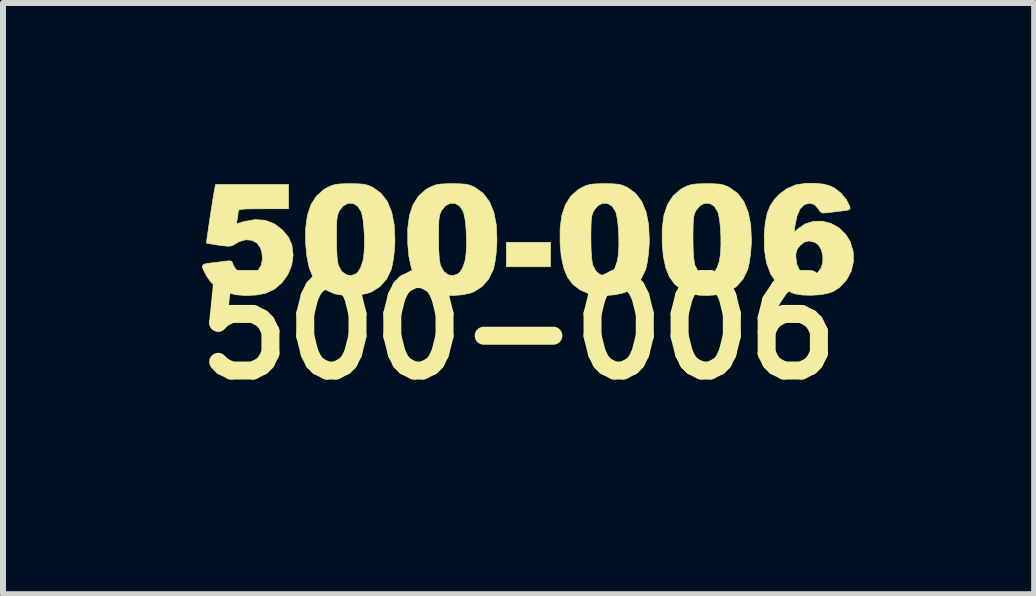
<source format=kicad_pcb>
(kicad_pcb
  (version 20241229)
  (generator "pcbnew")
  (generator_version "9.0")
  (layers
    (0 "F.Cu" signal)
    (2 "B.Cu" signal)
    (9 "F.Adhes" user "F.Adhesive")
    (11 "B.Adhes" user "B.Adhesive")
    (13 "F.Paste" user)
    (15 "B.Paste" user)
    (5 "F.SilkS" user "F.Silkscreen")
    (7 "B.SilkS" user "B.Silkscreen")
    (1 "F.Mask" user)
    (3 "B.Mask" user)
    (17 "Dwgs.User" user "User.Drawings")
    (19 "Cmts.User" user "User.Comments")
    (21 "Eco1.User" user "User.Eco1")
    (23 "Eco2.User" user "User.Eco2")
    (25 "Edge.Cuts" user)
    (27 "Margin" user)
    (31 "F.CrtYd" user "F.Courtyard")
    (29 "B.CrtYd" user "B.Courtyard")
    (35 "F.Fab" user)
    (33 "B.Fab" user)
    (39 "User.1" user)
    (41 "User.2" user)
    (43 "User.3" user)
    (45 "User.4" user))
  (footprint "500-006"
    (layer "F.Cu")
    (at 5.595 2.438)
    (property "Reference" "500-006" (at 0 0 0) (layer "F.SilkS") (effects (font (size 1.524 1.524) (thickness 0.3))))
    (attr through_hole)
    (fp_poly (pts (xy 0.533 -1.041) (xy -0.203 -1.041) (xy -0.203 -1.448) (xy 0.533 -1.448) (xy 0.533 -1.041)) (stroke (width 0.01) (type solid)) (fill yes) (layer "F.SilkS"))
    (fp_poly (pts (xy -2.683 -2.424) (xy -2.594 -2.418) (xy -2.526 -2.404) (xy -2.463 -2.38) (xy -2.425 -2.361) (xy -2.292 -2.265) (xy -2.188 -2.129) (xy -2.115 -1.953) (xy -2.073 -1.739) (xy -2.061 -1.488) (xy -2.064 -1.399) (xy -2.076 -1.257) (xy -2.094 -1.124) (xy -2.117 -1.017) (xy -2.124 -0.992) (xy -2.199 -0.837) (xy -2.309 -0.712) (xy -2.446 -0.624) (xy -2.513 -0.6) (xy -2.642 -0.573) (xy -2.789 -0.562) (xy -2.934 -0.567) (xy -3.054 -0.587) (xy -3.074 -0.593) (xy -3.221 -0.658) (xy -3.337 -0.748) (xy -3.426 -0.868) (xy -3.489 -1.022) (xy -3.529 -1.215) (xy -3.549 -1.425) (xy -3.549 -1.524) (xy -3.035 -1.524) (xy -3.032 -1.333) (xy -3.024 -1.186) (xy -3.009 -1.087) (xy -3.002 -1.061) (xy -2.949 -0.964) (xy -2.878 -0.907) (xy -2.797 -0.891) (xy -2.715 -0.92) (xy -2.681 -0.949) (xy -2.635 -1.02) (xy -2.598 -1.126) (xy -2.59 -1.158) (xy -2.576 -1.267) (xy -2.569 -1.403) (xy -2.57 -1.552) (xy -2.579 -1.698) (xy -2.593 -1.829) (xy -2.613 -1.93) (xy -2.624 -1.962) (xy -2.683 -2.052) (xy -2.759 -2.097) (xy -2.842 -2.099) (xy -2.922 -2.056) (xy -2.983 -1.981) (xy -3.004 -1.94) (xy -3.018 -1.895) (xy -3.028 -1.834) (xy -3.033 -1.749) (xy -3.035 -1.629) (xy -3.035 -1.524) (xy -3.549 -1.524) (xy -3.549 -1.681) (xy -3.52 -1.898) (xy -3.46 -2.076) (xy -3.37 -2.218) (xy -3.248 -2.326) (xy -3.188 -2.361) (xy -3.122 -2.392) (xy -3.06 -2.411) (xy -2.985 -2.421) (xy -2.883 -2.425) (xy -2.807 -2.426) (xy -2.683 -2.424)) (stroke (width 0.01) (type solid)) (fill yes) (layer "F.SilkS"))
    (fp_poly (pts (xy -0.981 -2.424) (xy -0.892 -2.418) (xy -0.824 -2.404) (xy -0.761 -2.38) (xy -0.723 -2.361) (xy -0.59 -2.265) (xy -0.487 -2.129) (xy -0.413 -1.953) (xy -0.371 -1.739) (xy -0.36 -1.488) (xy -0.363 -1.399) (xy -0.374 -1.257) (xy -0.392 -1.124) (xy -0.415 -1.017) (xy -0.422 -0.992) (xy -0.498 -0.837) (xy -0.607 -0.712) (xy -0.744 -0.624) (xy -0.811 -0.6) (xy -0.94 -0.573) (xy -1.088 -0.562) (xy -1.232 -0.567) (xy -1.353 -0.587) (xy -1.372 -0.593) (xy -1.519 -0.658) (xy -1.635 -0.748) (xy -1.724 -0.868) (xy -1.787 -1.022) (xy -1.828 -1.215) (xy -1.847 -1.425) (xy -1.847 -1.524) (xy -1.333 -1.524) (xy -1.331 -1.333) (xy -1.322 -1.186) (xy -1.307 -1.087) (xy -1.3 -1.061) (xy -1.247 -0.964) (xy -1.176 -0.907) (xy -1.095 -0.891) (xy -1.014 -0.92) (xy -0.979 -0.949) (xy -0.933 -1.02) (xy -0.896 -1.126) (xy -0.888 -1.158) (xy -0.874 -1.267) (xy -0.867 -1.403) (xy -0.869 -1.552) (xy -0.877 -1.698) (xy -0.891 -1.829) (xy -0.912 -1.93) (xy -0.922 -1.962) (xy -0.981 -2.052) (xy -1.057 -2.097) (xy -1.14 -2.099) (xy -1.22 -2.056) (xy -1.281 -1.981) (xy -1.302 -1.94) (xy -1.317 -1.895) (xy -1.326 -1.834) (xy -1.331 -1.749) (xy -1.333 -1.629) (xy -1.333 -1.524) (xy -1.847 -1.524) (xy -1.847 -1.681) (xy -1.818 -1.898) (xy -1.758 -2.076) (xy -1.668 -2.218) (xy -1.547 -2.326) (xy -1.486 -2.361) (xy -1.42 -2.392) (xy -1.358 -2.411) (xy -1.283 -2.421) (xy -1.182 -2.425) (xy -1.105 -2.426) (xy -0.981 -2.424)) (stroke (width 0.01) (type solid)) (fill yes) (layer "F.SilkS"))
    (fp_poly (pts (xy 1.559 -2.424) (xy 1.648 -2.418) (xy 1.716 -2.404) (xy 1.779 -2.38) (xy 1.817 -2.361) (xy 1.95 -2.265) (xy 2.053 -2.129) (xy 2.127 -1.953) (xy 2.169 -1.739) (xy 2.18 -1.488) (xy 2.177 -1.399) (xy 2.166 -1.257) (xy 2.148 -1.124) (xy 2.125 -1.017) (xy 2.118 -0.992) (xy 2.042 -0.837) (xy 1.933 -0.712) (xy 1.796 -0.624) (xy 1.729 -0.6) (xy 1.6 -0.573) (xy 1.452 -0.562) (xy 1.308 -0.567) (xy 1.187 -0.587) (xy 1.168 -0.593) (xy 1.021 -0.658) (xy 0.905 -0.748) (xy 0.816 -0.868) (xy 0.753 -1.022) (xy 0.712 -1.215) (xy 0.693 -1.425) (xy 0.693 -1.524) (xy 1.206 -1.524) (xy 1.209 -1.333) (xy 1.218 -1.186) (xy 1.233 -1.087) (xy 1.24 -1.061) (xy 1.293 -0.964) (xy 1.364 -0.907) (xy 1.445 -0.891) (xy 1.526 -0.92) (xy 1.561 -0.949) (xy 1.607 -1.02) (xy 1.644 -1.126) (xy 1.652 -1.158) (xy 1.666 -1.267) (xy 1.673 -1.403) (xy 1.671 -1.552) (xy 1.663 -1.698) (xy 1.649 -1.829) (xy 1.628 -1.93) (xy 1.618 -1.962) (xy 1.559 -2.052) (xy 1.483 -2.097) (xy 1.4 -2.099) (xy 1.32 -2.056) (xy 1.259 -1.981) (xy 1.238 -1.94) (xy 1.223 -1.895) (xy 1.214 -1.834) (xy 1.209 -1.749) (xy 1.207 -1.629) (xy 1.206 -1.524) (xy 0.693 -1.524) (xy 0.693 -1.681) (xy 0.722 -1.898) (xy 0.782 -2.076) (xy 0.872 -2.218) (xy 0.993 -2.326) (xy 1.054 -2.361) (xy 1.12 -2.392) (xy 1.182 -2.411) (xy 1.257 -2.421) (xy 1.358 -2.425) (xy 1.435 -2.426) (xy 1.559 -2.424)) (stroke (width 0.01) (type solid)) (fill yes) (layer "F.SilkS"))
    (fp_poly (pts (xy 3.261 -2.424) (xy 3.35 -2.418) (xy 3.418 -2.404) (xy 3.48 -2.38) (xy 3.518 -2.361) (xy 3.652 -2.265) (xy 3.755 -2.129) (xy 3.828 -1.953) (xy 3.871 -1.739) (xy 3.882 -1.488) (xy 3.879 -1.399) (xy 3.868 -1.257) (xy 3.849 -1.124) (xy 3.827 -1.017) (xy 3.819 -0.992) (xy 3.744 -0.837) (xy 3.634 -0.712) (xy 3.498 -0.624) (xy 3.431 -0.6) (xy 3.301 -0.573) (xy 3.154 -0.562) (xy 3.01 -0.567) (xy 2.889 -0.587) (xy 2.87 -0.593) (xy 2.723 -0.658) (xy 2.606 -0.748) (xy 2.518 -0.868) (xy 2.455 -1.022) (xy 2.414 -1.215) (xy 2.395 -1.425) (xy 2.395 -1.524) (xy 2.908 -1.524) (xy 2.911 -1.333) (xy 2.92 -1.186) (xy 2.935 -1.087) (xy 2.942 -1.061) (xy 2.995 -0.964) (xy 3.066 -0.907) (xy 3.147 -0.891) (xy 3.228 -0.92) (xy 3.262 -0.949) (xy 3.309 -1.02) (xy 3.346 -1.126) (xy 3.353 -1.158) (xy 3.368 -1.267) (xy 3.374 -1.403) (xy 3.373 -1.552) (xy 3.365 -1.698) (xy 3.351 -1.829) (xy 3.33 -1.93) (xy 3.319 -1.962) (xy 3.261 -2.052) (xy 3.185 -2.097) (xy 3.102 -2.099) (xy 3.021 -2.056) (xy 2.96 -1.981) (xy 2.94 -1.94) (xy 2.925 -1.895) (xy 2.916 -1.834) (xy 2.911 -1.749) (xy 2.909 -1.629) (xy 2.908 -1.524) (xy 2.395 -1.524) (xy 2.395 -1.681) (xy 2.424 -1.898) (xy 2.483 -2.076) (xy 2.574 -2.218) (xy 2.695 -2.326) (xy 2.755 -2.361) (xy 2.821 -2.392) (xy 2.884 -2.411) (xy 2.959 -2.421) (xy 3.06 -2.425) (xy 3.137 -2.426) (xy 3.261 -2.424)) (stroke (width 0.01) (type solid)) (fill yes) (layer "F.SilkS"))
    (fp_poly (pts (xy 4.958 -2.431) (xy 5.085 -2.418) (xy 5.181 -2.393) (xy 5.266 -2.354) (xy 5.271 -2.35) (xy 5.377 -2.267) (xy 5.466 -2.159) (xy 5.522 -2.045) (xy 5.523 -2.041) (xy 5.527 -2.01) (xy 5.511 -1.992) (xy 5.463 -1.98) (xy 5.392 -1.971) (xy 5.289 -1.959) (xy 5.188 -1.946) (xy 5.144 -1.941) (xy 5.075 -1.936) (xy 5.036 -1.952) (xy 5.003 -1.997) (xy 4.999 -2.004) (xy 4.937 -2.075) (xy 4.859 -2.101) (xy 4.774 -2.079) (xy 4.76 -2.071) (xy 4.692 -2.001) (xy 4.643 -1.89) (xy 4.611 -1.74) (xy 4.593 -1.613) (xy 4.653 -1.669) (xy 4.779 -1.755) (xy 4.919 -1.798) (xy 5.066 -1.8) (xy 5.21 -1.763) (xy 5.342 -1.69) (xy 5.454 -1.581) (xy 5.528 -1.462) (xy 5.579 -1.296) (xy 5.584 -1.128) (xy 5.546 -0.966) (xy 5.468 -0.82) (xy 5.353 -0.697) (xy 5.249 -0.63) (xy 5.15 -0.596) (xy 5.019 -0.574) (xy 4.873 -0.565) (xy 4.729 -0.57) (xy 4.605 -0.59) (xy 4.593 -0.593) (xy 4.433 -0.663) (xy 4.302 -0.772) (xy 4.203 -0.921) (xy 4.135 -1.106) (xy 4.118 -1.207) (xy 4.623 -1.207) (xy 4.639 -1.083) (xy 4.684 -0.985) (xy 4.75 -0.919) (xy 4.831 -0.89) (xy 4.918 -0.902) (xy 4.992 -0.947) (xy 5.046 -1.021) (xy 5.072 -1.119) (xy 5.073 -1.224) (xy 5.048 -1.324) (xy 5.001 -1.404) (xy 4.94 -1.448) (xy 4.845 -1.471) (xy 4.768 -1.454) (xy 4.697 -1.399) (xy 4.648 -1.338) (xy 4.626 -1.272) (xy 4.623 -1.207) (xy 4.118 -1.207) (xy 4.099 -1.327) (xy 4.096 -1.575) (xy 4.113 -1.773) (xy 4.146 -1.931) (xy 4.197 -2.06) (xy 4.272 -2.17) (xy 4.342 -2.244) (xy 4.475 -2.344) (xy 4.623 -2.406) (xy 4.796 -2.433) (xy 4.958 -2.431)) (stroke (width 0.01) (type solid)) (fill yes) (layer "F.SilkS"))
    (fp_poly (pts (xy -3.835 -2.007) (xy -4.255 -2.007) (xy -4.409 -2.006) (xy -4.521 -2.005) (xy -4.595 -2.001) (xy -4.641 -1.995) (xy -4.664 -1.984) (xy -4.673 -1.97) (xy -4.674 -1.959) (xy -4.679 -1.899) (xy -4.689 -1.834) (xy -4.705 -1.756) (xy -4.584 -1.792) (xy -4.395 -1.827) (xy -4.224 -1.815) (xy -4.067 -1.754) (xy -3.933 -1.651) (xy -3.835 -1.533) (xy -3.779 -1.404) (xy -3.76 -1.25) (xy -3.759 -1.23) (xy -3.782 -1.066) (xy -3.846 -0.911) (xy -3.944 -0.775) (xy -4.069 -0.668) (xy -4.214 -0.6) (xy -4.215 -0.599) (xy -4.367 -0.57) (xy -4.538 -0.561) (xy -4.704 -0.573) (xy -4.839 -0.605) (xy -4.997 -0.676) (xy -5.115 -0.768) (xy -5.192 -0.872) (xy -5.245 -0.969) (xy -5.27 -1.032) (xy -5.264 -1.069) (xy -5.225 -1.089) (xy -5.152 -1.101) (xy -5.138 -1.103) (xy -5.034 -1.115) (xy -4.93 -1.128) (xy -4.884 -1.134) (xy -4.816 -1.14) (xy -4.782 -1.13) (xy -4.765 -1.097) (xy -4.761 -1.082) (xy -4.73 -1.021) (xy -4.677 -0.96) (xy -4.669 -0.952) (xy -4.577 -0.9) (xy -4.487 -0.892) (xy -4.406 -0.921) (xy -4.338 -0.982) (xy -4.291 -1.067) (xy -4.269 -1.171) (xy -4.28 -1.286) (xy -4.302 -1.355) (xy -4.361 -1.437) (xy -4.446 -1.482) (xy -4.549 -1.491) (xy -4.659 -1.46) (xy -4.724 -1.422) (xy -4.765 -1.397) (xy -4.805 -1.385) (xy -4.86 -1.384) (xy -4.944 -1.393) (xy -4.995 -1.4) (xy -5.089 -1.414) (xy -5.162 -1.427) (xy -5.199 -1.434) (xy -5.202 -1.435) (xy -5.2 -1.461) (xy -5.192 -1.526) (xy -5.178 -1.623) (xy -5.161 -1.741) (xy -5.142 -1.871) (xy -5.121 -2.004) (xy -5.102 -2.128) (xy -5.084 -2.236) (xy -5.07 -2.317) (xy -5.065 -2.343) (xy -5.051 -2.413) (xy -3.835 -2.413) (xy -3.835 -2.007)) (stroke (width 0.01) (type solid)) (fill yes) (layer "F.SilkS")))
  (gr_rect
    (start -3 -3)
    (end 14.191 6.856)
    (stroke (width 0.1) (type default))
    (fill no)
    (layer "Edge.Cuts")))
</source>
